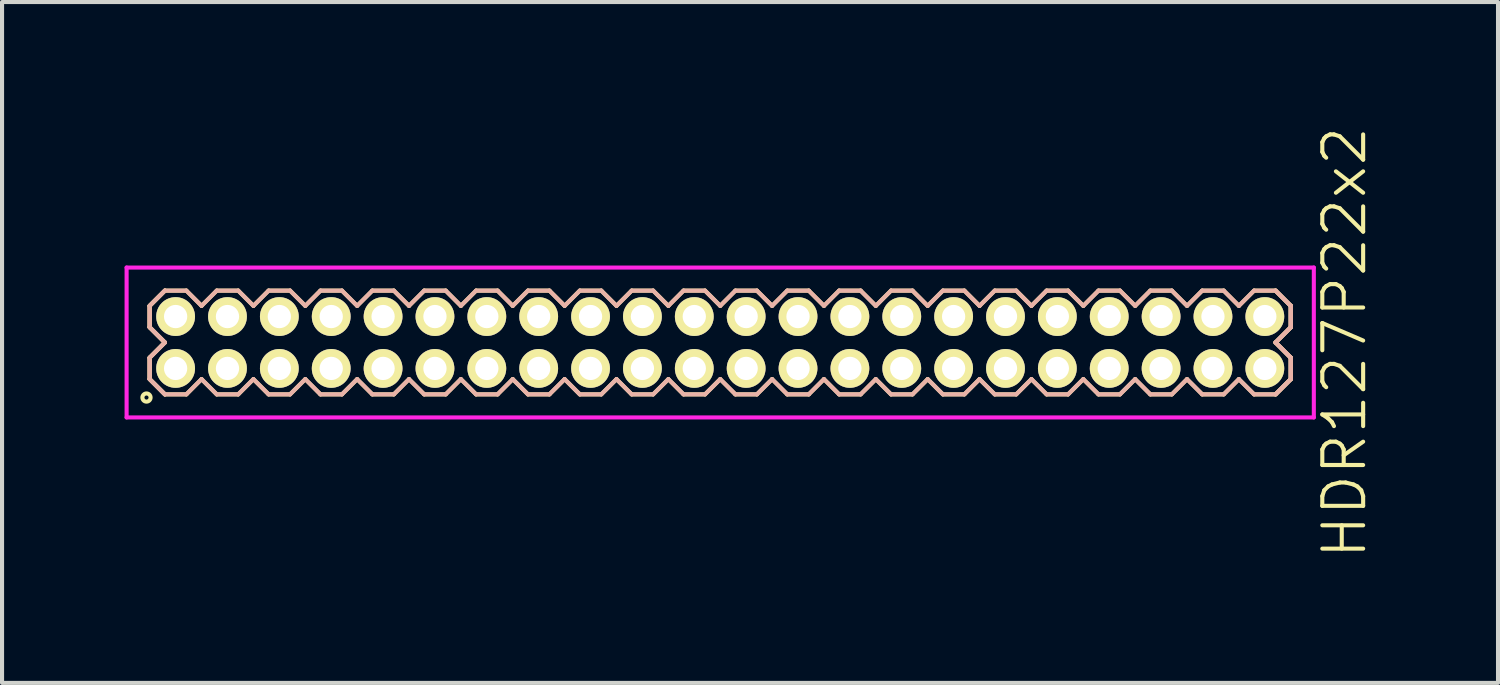
<source format=kicad_pcb>
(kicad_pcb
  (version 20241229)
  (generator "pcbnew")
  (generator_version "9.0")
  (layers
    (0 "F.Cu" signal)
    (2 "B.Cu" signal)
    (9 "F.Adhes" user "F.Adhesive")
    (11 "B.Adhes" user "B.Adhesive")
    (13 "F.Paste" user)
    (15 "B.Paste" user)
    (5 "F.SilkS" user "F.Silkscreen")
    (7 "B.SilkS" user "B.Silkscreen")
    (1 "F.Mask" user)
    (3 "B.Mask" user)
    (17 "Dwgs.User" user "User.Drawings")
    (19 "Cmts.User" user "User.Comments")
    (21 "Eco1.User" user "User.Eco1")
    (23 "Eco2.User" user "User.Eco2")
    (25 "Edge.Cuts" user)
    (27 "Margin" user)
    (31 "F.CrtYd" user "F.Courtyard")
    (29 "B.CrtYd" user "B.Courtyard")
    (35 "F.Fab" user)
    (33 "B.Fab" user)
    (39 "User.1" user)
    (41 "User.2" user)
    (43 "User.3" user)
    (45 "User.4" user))
  (footprint "HDR127P22x2"
    (layer "F.Cu")
    (at 14.585 5.336)
    (property "Reference" "HDR127P22x2" (at 15.285 0 90) (layer "F.SilkS") (effects (font (size 1 1) (thickness 0.1))))
    (attr through_hole)
    (fp_line (start -13.97 -0.898) (end -13.598 -1.27) (stroke (width 0.1) (type solid)) (layer "F.SilkS"))
    (fp_line (start -13.97 -0.898) (end -13.598 -1.27) (stroke (width 0.1) (type solid)) (layer "F.SilkS"))
    (fp_line (start -13.97 -0.372) (end -13.97 -0.898) (stroke (width 0.1) (type solid)) (layer "F.SilkS"))
    (fp_line (start -13.97 -0.372) (end -13.97 -0.898) (stroke (width 0.1) (type solid)) (layer "F.SilkS"))
    (fp_line (start -13.97 0.372) (end -13.598 0) (stroke (width 0.1) (type solid)) (layer "F.SilkS"))
    (fp_line (start -13.97 0.372) (end -13.598 0) (stroke (width 0.1) (type solid)) (layer "F.SilkS"))
    (fp_line (start -13.97 0.898) (end -13.97 0.372) (stroke (width 0.1) (type solid)) (layer "F.SilkS"))
    (fp_line (start -13.97 0.898) (end -13.97 0.372) (stroke (width 0.1) (type solid)) (layer "F.SilkS"))
    (fp_line (start -13.598 -1.27) (end -13.072 -1.27) (stroke (width 0.1) (type solid)) (layer "F.SilkS"))
    (fp_line (start -13.598 0) (end -13.97 -0.372) (stroke (width 0.1) (type solid)) (layer "F.SilkS"))
    (fp_line (start -13.598 0) (end -13.97 -0.372) (stroke (width 0.1) (type solid)) (layer "F.SilkS"))
    (fp_line (start -13.598 1.27) (end -13.97 0.898) (stroke (width 0.1) (type solid)) (layer "F.SilkS"))
    (fp_line (start -13.598 1.27) (end -13.97 0.898) (stroke (width 0.1) (type solid)) (layer "F.SilkS"))
    (fp_line (start -13.072 -1.27) (end -12.7 -0.898) (stroke (width 0.1) (type solid)) (layer "F.SilkS"))
    (fp_line (start -13.072 1.27) (end -13.598 1.27) (stroke (width 0.1) (type solid)) (layer "F.SilkS"))
    (fp_line (start -12.7 -0.898) (end -12.328 -1.27) (stroke (width 0.1) (type solid)) (layer "F.SilkS"))
    (fp_line (start -12.7 0.898) (end -13.072 1.27) (stroke (width 0.1) (type solid)) (layer "F.SilkS"))
    (fp_line (start -12.328 -1.27) (end -11.802 -1.27) (stroke (width 0.1) (type solid)) (layer "F.SilkS"))
    (fp_line (start -12.328 1.27) (end -12.7 0.898) (stroke (width 0.1) (type solid)) (layer "F.SilkS"))
    (fp_line (start -11.802 -1.27) (end -11.43 -0.898) (stroke (width 0.1) (type solid)) (layer "F.SilkS"))
    (fp_line (start -11.802 1.27) (end -12.328 1.27) (stroke (width 0.1) (type solid)) (layer "F.SilkS"))
    (fp_line (start -11.43 -0.898) (end -11.058 -1.27) (stroke (width 0.1) (type solid)) (layer "F.SilkS"))
    (fp_line (start -11.43 0.898) (end -11.802 1.27) (stroke (width 0.1) (type solid)) (layer "F.SilkS"))
    (fp_line (start -11.058 -1.27) (end -10.532 -1.27) (stroke (width 0.1) (type solid)) (layer "F.SilkS"))
    (fp_line (start -11.058 1.27) (end -11.43 0.898) (stroke (width 0.1) (type solid)) (layer "F.SilkS"))
    (fp_line (start -10.532 -1.27) (end -10.16 -0.898) (stroke (width 0.1) (type solid)) (layer "F.SilkS"))
    (fp_line (start -10.532 1.27) (end -11.058 1.27) (stroke (width 0.1) (type solid)) (layer "F.SilkS"))
    (fp_line (start -10.16 -0.898) (end -9.788 -1.27) (stroke (width 0.1) (type solid)) (layer "F.SilkS"))
    (fp_line (start -10.16 0.898) (end -10.532 1.27) (stroke (width 0.1) (type solid)) (layer "F.SilkS"))
    (fp_line (start -9.788 -1.27) (end -9.262 -1.27) (stroke (width 0.1) (type solid)) (layer "F.SilkS"))
    (fp_line (start -9.788 1.27) (end -10.16 0.898) (stroke (width 0.1) (type solid)) (layer "F.SilkS"))
    (fp_line (start -9.262 -1.27) (end -8.89 -0.898) (stroke (width 0.1) (type solid)) (layer "F.SilkS"))
    (fp_line (start -9.262 1.27) (end -9.788 1.27) (stroke (width 0.1) (type solid)) (layer "F.SilkS"))
    (fp_line (start -8.89 -0.898) (end -8.518 -1.27) (stroke (width 0.1) (type solid)) (layer "F.SilkS"))
    (fp_line (start -8.89 0.898) (end -9.262 1.27) (stroke (width 0.1) (type solid)) (layer "F.SilkS"))
    (fp_line (start -8.518 -1.27) (end -7.992 -1.27) (stroke (width 0.1) (type solid)) (layer "F.SilkS"))
    (fp_line (start -8.518 1.27) (end -8.89 0.898) (stroke (width 0.1) (type solid)) (layer "F.SilkS"))
    (fp_line (start -7.992 -1.27) (end -7.62 -0.898) (stroke (width 0.1) (type solid)) (layer "F.SilkS"))
    (fp_line (start -7.992 1.27) (end -8.518 1.27) (stroke (width 0.1) (type solid)) (layer "F.SilkS"))
    (fp_line (start -7.62 -0.898) (end -7.248 -1.27) (stroke (width 0.1) (type solid)) (layer "F.SilkS"))
    (fp_line (start -7.62 0.898) (end -7.992 1.27) (stroke (width 0.1) (type solid)) (layer "F.SilkS"))
    (fp_line (start -7.248 -1.27) (end -6.722 -1.27) (stroke (width 0.1) (type solid)) (layer "F.SilkS"))
    (fp_line (start -7.248 1.27) (end -7.62 0.898) (stroke (width 0.1) (type solid)) (layer "F.SilkS"))
    (fp_line (start -6.722 -1.27) (end -6.35 -0.898) (stroke (width 0.1) (type solid)) (layer "F.SilkS"))
    (fp_line (start -6.722 1.27) (end -7.248 1.27) (stroke (width 0.1) (type solid)) (layer "F.SilkS"))
    (fp_line (start -6.35 -0.898) (end -5.978 -1.27) (stroke (width 0.1) (type solid)) (layer "F.SilkS"))
    (fp_line (start -6.35 0.898) (end -6.722 1.27) (stroke (width 0.1) (type solid)) (layer "F.SilkS"))
    (fp_line (start -5.978 -1.27) (end -5.452 -1.27) (stroke (width 0.1) (type solid)) (layer "F.SilkS"))
    (fp_line (start -5.978 1.27) (end -6.35 0.898) (stroke (width 0.1) (type solid)) (layer "F.SilkS"))
    (fp_line (start -5.452 -1.27) (end -5.08 -0.898) (stroke (width 0.1) (type solid)) (layer "F.SilkS"))
    (fp_line (start -5.452 1.27) (end -5.978 1.27) (stroke (width 0.1) (type solid)) (layer "F.SilkS"))
    (fp_line (start -5.08 -0.898) (end -4.708 -1.27) (stroke (width 0.1) (type solid)) (layer "F.SilkS"))
    (fp_line (start -5.08 0.898) (end -5.452 1.27) (stroke (width 0.1) (type solid)) (layer "F.SilkS"))
    (fp_line (start -4.708 -1.27) (end -4.182 -1.27) (stroke (width 0.1) (type solid)) (layer "F.SilkS"))
    (fp_line (start -4.708 1.27) (end -5.08 0.898) (stroke (width 0.1) (type solid)) (layer "F.SilkS"))
    (fp_line (start -4.182 -1.27) (end -3.81 -0.898) (stroke (width 0.1) (type solid)) (layer "F.SilkS"))
    (fp_line (start -4.182 1.27) (end -4.708 1.27) (stroke (width 0.1) (type solid)) (layer "F.SilkS"))
    (fp_line (start -3.81 -0.898) (end -3.438 -1.27) (stroke (width 0.1) (type solid)) (layer "F.SilkS"))
    (fp_line (start -3.81 0.898) (end -4.182 1.27) (stroke (width 0.1) (type solid)) (layer "F.SilkS"))
    (fp_line (start -3.438 -1.27) (end -2.912 -1.27) (stroke (width 0.1) (type solid)) (layer "F.SilkS"))
    (fp_line (start -3.438 1.27) (end -3.81 0.898) (stroke (width 0.1) (type solid)) (layer "F.SilkS"))
    (fp_line (start -2.912 -1.27) (end -2.54 -0.898) (stroke (width 0.1) (type solid)) (layer "F.SilkS"))
    (fp_line (start -2.912 1.27) (end -3.438 1.27) (stroke (width 0.1) (type solid)) (layer "F.SilkS"))
    (fp_line (start -2.54 -0.898) (end -2.168 -1.27) (stroke (width 0.1) (type solid)) (layer "F.SilkS"))
    (fp_line (start -2.54 0.898) (end -2.912 1.27) (stroke (width 0.1) (type solid)) (layer "F.SilkS"))
    (fp_line (start -2.168 -1.27) (end -1.642 -1.27) (stroke (width 0.1) (type solid)) (layer "F.SilkS"))
    (fp_line (start -2.168 1.27) (end -2.54 0.898) (stroke (width 0.1) (type solid)) (layer "F.SilkS"))
    (fp_line (start -1.642 -1.27) (end -1.27 -0.898) (stroke (width 0.1) (type solid)) (layer "F.SilkS"))
    (fp_line (start -1.642 1.27) (end -2.168 1.27) (stroke (width 0.1) (type solid)) (layer "F.SilkS"))
    (fp_line (start -1.27 -0.898) (end -0.898 -1.27) (stroke (width 0.1) (type solid)) (layer "F.SilkS"))
    (fp_line (start -1.27 0.898) (end -1.642 1.27) (stroke (width 0.1) (type solid)) (layer "F.SilkS"))
    (fp_line (start -0.898 -1.27) (end -0.372 -1.27) (stroke (width 0.1) (type solid)) (layer "F.SilkS"))
    (fp_line (start -0.898 1.27) (end -1.27 0.898) (stroke (width 0.1) (type solid)) (layer "F.SilkS"))
    (fp_line (start -0.372 -1.27) (end 0 -0.898) (stroke (width 0.1) (type solid)) (layer "F.SilkS"))
    (fp_line (start -0.372 1.27) (end -0.898 1.27) (stroke (width 0.1) (type solid)) (layer "F.SilkS"))
    (fp_line (start 0 -0.898) (end 0.372 -1.27) (stroke (width 0.1) (type solid)) (layer "F.SilkS"))
    (fp_line (start 0 0.898) (end -0.372 1.27) (stroke (width 0.1) (type solid)) (layer "F.SilkS"))
    (fp_line (start 0.372 -1.27) (end 0.898 -1.27) (stroke (width 0.1) (type solid)) (layer "F.SilkS"))
    (fp_line (start 0.372 1.27) (end 0 0.898) (stroke (width 0.1) (type solid)) (layer "F.SilkS"))
    (fp_line (start 0.898 -1.27) (end 1.27 -0.898) (stroke (width 0.1) (type solid)) (layer "F.SilkS"))
    (fp_line (start 0.898 1.27) (end 0.372 1.27) (stroke (width 0.1) (type solid)) (layer "F.SilkS"))
    (fp_line (start 1.27 -0.898) (end 1.642 -1.27) (stroke (width 0.1) (type solid)) (layer "F.SilkS"))
    (fp_line (start 1.27 0.898) (end 0.898 1.27) (stroke (width 0.1) (type solid)) (layer "F.SilkS"))
    (fp_line (start 1.642 -1.27) (end 2.168 -1.27) (stroke (width 0.1) (type solid)) (layer "F.SilkS"))
    (fp_line (start 1.642 1.27) (end 1.27 0.898) (stroke (width 0.1) (type solid)) (layer "F.SilkS"))
    (fp_line (start 2.168 -1.27) (end 2.54 -0.898) (stroke (width 0.1) (type solid)) (layer "F.SilkS"))
    (fp_line (start 2.168 1.27) (end 1.642 1.27) (stroke (width 0.1) (type solid)) (layer "F.SilkS"))
    (fp_line (start 2.54 -0.898) (end 2.912 -1.27) (stroke (width 0.1) (type solid)) (layer "F.SilkS"))
    (fp_line (start 2.54 0.898) (end 2.168 1.27) (stroke (width 0.1) (type solid)) (layer "F.SilkS"))
    (fp_line (start 2.912 -1.27) (end 3.438 -1.27) (stroke (width 0.1) (type solid)) (layer "F.SilkS"))
    (fp_line (start 2.912 1.27) (end 2.54 0.898) (stroke (width 0.1) (type solid)) (layer "F.SilkS"))
    (fp_line (start 3.438 -1.27) (end 3.81 -0.898) (stroke (width 0.1) (type solid)) (layer "F.SilkS"))
    (fp_line (start 3.438 1.27) (end 2.912 1.27) (stroke (width 0.1) (type solid)) (layer "F.SilkS"))
    (fp_line (start 3.81 -0.898) (end 4.182 -1.27) (stroke (width 0.1) (type solid)) (layer "F.SilkS"))
    (fp_line (start 3.81 0.898) (end 3.438 1.27) (stroke (width 0.1) (type solid)) (layer "F.SilkS"))
    (fp_line (start 4.182 -1.27) (end 4.708 -1.27) (stroke (width 0.1) (type solid)) (layer "F.SilkS"))
    (fp_line (start 4.182 1.27) (end 3.81 0.898) (stroke (width 0.1) (type solid)) (layer "F.SilkS"))
    (fp_line (start 4.708 -1.27) (end 5.08 -0.898) (stroke (width 0.1) (type solid)) (layer "F.SilkS"))
    (fp_line (start 4.708 1.27) (end 4.182 1.27) (stroke (width 0.1) (type solid)) (layer "F.SilkS"))
    (fp_line (start 5.08 -0.898) (end 5.452 -1.27) (stroke (width 0.1) (type solid)) (layer "F.SilkS"))
    (fp_line (start 5.08 0.898) (end 4.708 1.27) (stroke (width 0.1) (type solid)) (layer "F.SilkS"))
    (fp_line (start 5.452 -1.27) (end 5.978 -1.27) (stroke (width 0.1) (type solid)) (layer "F.SilkS"))
    (fp_line (start 5.452 1.27) (end 5.08 0.898) (stroke (width 0.1) (type solid)) (layer "F.SilkS"))
    (fp_line (start 5.978 -1.27) (end 6.35 -0.898) (stroke (width 0.1) (type solid)) (layer "F.SilkS"))
    (fp_line (start 5.978 1.27) (end 5.452 1.27) (stroke (width 0.1) (type solid)) (layer "F.SilkS"))
    (fp_line (start 6.35 -0.898) (end 6.722 -1.27) (stroke (width 0.1) (type solid)) (layer "F.SilkS"))
    (fp_line (start 6.35 0.898) (end 5.978 1.27) (stroke (width 0.1) (type solid)) (layer "F.SilkS"))
    (fp_line (start 6.722 -1.27) (end 7.248 -1.27) (stroke (width 0.1) (type solid)) (layer "F.SilkS"))
    (fp_line (start 6.722 1.27) (end 6.35 0.898) (stroke (width 0.1) (type solid)) (layer "F.SilkS"))
    (fp_line (start 7.248 -1.27) (end 7.62 -0.898) (stroke (width 0.1) (type solid)) (layer "F.SilkS"))
    (fp_line (start 7.248 1.27) (end 6.722 1.27) (stroke (width 0.1) (type solid)) (layer "F.SilkS"))
    (fp_line (start 7.62 -0.898) (end 7.992 -1.27) (stroke (width 0.1) (type solid)) (layer "F.SilkS"))
    (fp_line (start 7.62 0.898) (end 7.248 1.27) (stroke (width 0.1) (type solid)) (layer "F.SilkS"))
    (fp_line (start 7.992 -1.27) (end 8.518 -1.27) (stroke (width 0.1) (type solid)) (layer "F.SilkS"))
    (fp_line (start 7.992 1.27) (end 7.62 0.898) (stroke (width 0.1) (type solid)) (layer "F.SilkS"))
    (fp_line (start 8.518 -1.27) (end 8.89 -0.898) (stroke (width 0.1) (type solid)) (layer "F.SilkS"))
    (fp_line (start 8.518 1.27) (end 7.992 1.27) (stroke (width 0.1) (type solid)) (layer "F.SilkS"))
    (fp_line (start 8.89 -0.898) (end 9.262 -1.27) (stroke (width 0.1) (type solid)) (layer "F.SilkS"))
    (fp_line (start 8.89 0.898) (end 8.518 1.27) (stroke (width 0.1) (type solid)) (layer "F.SilkS"))
    (fp_line (start 9.262 -1.27) (end 9.788 -1.27) (stroke (width 0.1) (type solid)) (layer "F.SilkS"))
    (fp_line (start 9.262 1.27) (end 8.89 0.898) (stroke (width 0.1) (type solid)) (layer "F.SilkS"))
    (fp_line (start 9.788 -1.27) (end 10.16 -0.898) (stroke (width 0.1) (type solid)) (layer "F.SilkS"))
    (fp_line (start 9.788 1.27) (end 9.262 1.27) (stroke (width 0.1) (type solid)) (layer "F.SilkS"))
    (fp_line (start 10.16 -0.898) (end 10.532 -1.27) (stroke (width 0.1) (type solid)) (layer "F.SilkS"))
    (fp_line (start 10.16 0.898) (end 9.788 1.27) (stroke (width 0.1) (type solid)) (layer "F.SilkS"))
    (fp_line (start 10.532 -1.27) (end 11.058 -1.27) (stroke (width 0.1) (type solid)) (layer "F.SilkS"))
    (fp_line (start 10.532 1.27) (end 10.16 0.898) (stroke (width 0.1) (type solid)) (layer "F.SilkS"))
    (fp_line (start 11.058 -1.27) (end 11.43 -0.898) (stroke (width 0.1) (type solid)) (layer "F.SilkS"))
    (fp_line (start 11.058 1.27) (end 10.532 1.27) (stroke (width 0.1) (type solid)) (layer "F.SilkS"))
    (fp_line (start 11.43 -0.898) (end 11.802 -1.27) (stroke (width 0.1) (type solid)) (layer "F.SilkS"))
    (fp_line (start 11.43 0.898) (end 11.058 1.27) (stroke (width 0.1) (type solid)) (layer "F.SilkS"))
    (fp_line (start 11.802 -1.27) (end 12.328 -1.27) (stroke (width 0.1) (type solid)) (layer "F.SilkS"))
    (fp_line (start 11.802 1.27) (end 11.43 0.898) (stroke (width 0.1) (type solid)) (layer "F.SilkS"))
    (fp_line (start 12.328 -1.27) (end 12.7 -0.898) (stroke (width 0.1) (type solid)) (layer "F.SilkS"))
    (fp_line (start 12.328 1.27) (end 11.802 1.27) (stroke (width 0.1) (type solid)) (layer "F.SilkS"))
    (fp_line (start 12.7 -0.898) (end 13.072 -1.27) (stroke (width 0.1) (type solid)) (layer "F.SilkS"))
    (fp_line (start 12.7 0.898) (end 12.328 1.27) (stroke (width 0.1) (type solid)) (layer "F.SilkS"))
    (fp_line (start 13.072 -1.27) (end 13.598 -1.27) (stroke (width 0.1) (type solid)) (layer "F.SilkS"))
    (fp_line (start 13.072 1.27) (end 12.7 0.898) (stroke (width 0.1) (type solid)) (layer "F.SilkS"))
    (fp_line (start 13.598 -1.27) (end 13.97 -0.898) (stroke (width 0.1) (type solid)) (layer "F.SilkS"))
    (fp_line (start 13.598 -1.27) (end 13.97 -0.898) (stroke (width 0.1) (type solid)) (layer "F.SilkS"))
    (fp_line (start 13.598 0) (end 13.97 0.372) (stroke (width 0.1) (type solid)) (layer "F.SilkS"))
    (fp_line (start 13.598 0) (end 13.97 0.372) (stroke (width 0.1) (type solid)) (layer "F.SilkS"))
    (fp_line (start 13.598 1.27) (end 13.072 1.27) (stroke (width 0.1) (type solid)) (layer "F.SilkS"))
    (fp_line (start 13.97 -0.898) (end 13.97 -0.372) (stroke (width 0.1) (type solid)) (layer "F.SilkS"))
    (fp_line (start 13.97 -0.898) (end 13.97 -0.372) (stroke (width 0.1) (type solid)) (layer "F.SilkS"))
    (fp_line (start 13.97 -0.372) (end 13.598 0) (stroke (width 0.1) (type solid)) (layer "F.SilkS"))
    (fp_line (start 13.97 -0.372) (end 13.598 0) (stroke (width 0.1) (type solid)) (layer "F.SilkS"))
    (fp_line (start 13.97 0.372) (end 13.97 0.898) (stroke (width 0.1) (type solid)) (layer "F.SilkS"))
    (fp_line (start 13.97 0.372) (end 13.97 0.898) (stroke (width 0.1) (type solid)) (layer "F.SilkS"))
    (fp_line (start 13.97 0.898) (end 13.598 1.27) (stroke (width 0.1) (type solid)) (layer "F.SilkS"))
    (fp_line (start 13.97 0.898) (end 13.598 1.27) (stroke (width 0.1) (type solid)) (layer "F.SilkS"))
    (fp_circle (center -14.048 1.348) (end -13.948 1.348) (stroke (width 0.1) (type solid)) (fill no) (layer "F.SilkS"))
    (fp_line (start -13.97 -0.898) (end -13.598 -1.27) (stroke (width 0.1) (type solid)) (layer "B.SilkS"))
    (fp_line (start -13.97 -0.898) (end -13.598 -1.27) (stroke (width 0.1) (type solid)) (layer "B.SilkS"))
    (fp_line (start -13.97 -0.372) (end -13.97 -0.898) (stroke (width 0.1) (type solid)) (layer "B.SilkS"))
    (fp_line (start -13.97 -0.372) (end -13.97 -0.898) (stroke (width 0.1) (type solid)) (layer "B.SilkS"))
    (fp_line (start -13.97 0.372) (end -13.598 0) (stroke (width 0.1) (type solid)) (layer "B.SilkS"))
    (fp_line (start -13.97 0.372) (end -13.598 0) (stroke (width 0.1) (type solid)) (layer "B.SilkS"))
    (fp_line (start -13.97 0.898) (end -13.97 0.372) (stroke (width 0.1) (type solid)) (layer "B.SilkS"))
    (fp_line (start -13.97 0.898) (end -13.97 0.372) (stroke (width 0.1) (type solid)) (layer "B.SilkS"))
    (fp_line (start -13.598 -1.27) (end -13.072 -1.27) (stroke (width 0.1) (type solid)) (layer "B.SilkS"))
    (fp_line (start -13.598 0) (end -13.97 -0.372) (stroke (width 0.1) (type solid)) (layer "B.SilkS"))
    (fp_line (start -13.598 0) (end -13.97 -0.372) (stroke (width 0.1) (type solid)) (layer "B.SilkS"))
    (fp_line (start -13.598 1.27) (end -13.97 0.898) (stroke (width 0.1) (type solid)) (layer "B.SilkS"))
    (fp_line (start -13.598 1.27) (end -13.97 0.898) (stroke (width 0.1) (type solid)) (layer "B.SilkS"))
    (fp_line (start -13.072 -1.27) (end -12.7 -0.898) (stroke (width 0.1) (type solid)) (layer "B.SilkS"))
    (fp_line (start -13.072 1.27) (end -13.598 1.27) (stroke (width 0.1) (type solid)) (layer "B.SilkS"))
    (fp_line (start -12.7 -0.898) (end -12.328 -1.27) (stroke (width 0.1) (type solid)) (layer "B.SilkS"))
    (fp_line (start -12.7 0.898) (end -13.072 1.27) (stroke (width 0.1) (type solid)) (layer "B.SilkS"))
    (fp_line (start -12.328 -1.27) (end -11.802 -1.27) (stroke (width 0.1) (type solid)) (layer "B.SilkS"))
    (fp_line (start -12.328 1.27) (end -12.7 0.898) (stroke (width 0.1) (type solid)) (layer "B.SilkS"))
    (fp_line (start -11.802 -1.27) (end -11.43 -0.898) (stroke (width 0.1) (type solid)) (layer "B.SilkS"))
    (fp_line (start -11.802 1.27) (end -12.328 1.27) (stroke (width 0.1) (type solid)) (layer "B.SilkS"))
    (fp_line (start -11.43 -0.898) (end -11.058 -1.27) (stroke (width 0.1) (type solid)) (layer "B.SilkS"))
    (fp_line (start -11.43 0.898) (end -11.802 1.27) (stroke (width 0.1) (type solid)) (layer "B.SilkS"))
    (fp_line (start -11.058 -1.27) (end -10.532 -1.27) (stroke (width 0.1) (type solid)) (layer "B.SilkS"))
    (fp_line (start -11.058 1.27) (end -11.43 0.898) (stroke (width 0.1) (type solid)) (layer "B.SilkS"))
    (fp_line (start -10.532 -1.27) (end -10.16 -0.898) (stroke (width 0.1) (type solid)) (layer "B.SilkS"))
    (fp_line (start -10.532 1.27) (end -11.058 1.27) (stroke (width 0.1) (type solid)) (layer "B.SilkS"))
    (fp_line (start -10.16 -0.898) (end -9.788 -1.27) (stroke (width 0.1) (type solid)) (layer "B.SilkS"))
    (fp_line (start -10.16 0.898) (end -10.532 1.27) (stroke (width 0.1) (type solid)) (layer "B.SilkS"))
    (fp_line (start -9.788 -1.27) (end -9.262 -1.27) (stroke (width 0.1) (type solid)) (layer "B.SilkS"))
    (fp_line (start -9.788 1.27) (end -10.16 0.898) (stroke (width 0.1) (type solid)) (layer "B.SilkS"))
    (fp_line (start -9.262 -1.27) (end -8.89 -0.898) (stroke (width 0.1) (type solid)) (layer "B.SilkS"))
    (fp_line (start -9.262 1.27) (end -9.788 1.27) (stroke (width 0.1) (type solid)) (layer "B.SilkS"))
    (fp_line (start -8.89 -0.898) (end -8.518 -1.27) (stroke (width 0.1) (type solid)) (layer "B.SilkS"))
    (fp_line (start -8.89 0.898) (end -9.262 1.27) (stroke (width 0.1) (type solid)) (layer "B.SilkS"))
    (fp_line (start -8.518 -1.27) (end -7.992 -1.27) (stroke (width 0.1) (type solid)) (layer "B.SilkS"))
    (fp_line (start -8.518 1.27) (end -8.89 0.898) (stroke (width 0.1) (type solid)) (layer "B.SilkS"))
    (fp_line (start -7.992 -1.27) (end -7.62 -0.898) (stroke (width 0.1) (type solid)) (layer "B.SilkS"))
    (fp_line (start -7.992 1.27) (end -8.518 1.27) (stroke (width 0.1) (type solid)) (layer "B.SilkS"))
    (fp_line (start -7.62 -0.898) (end -7.248 -1.27) (stroke (width 0.1) (type solid)) (layer "B.SilkS"))
    (fp_line (start -7.62 0.898) (end -7.992 1.27) (stroke (width 0.1) (type solid)) (layer "B.SilkS"))
    (fp_line (start -7.248 -1.27) (end -6.722 -1.27) (stroke (width 0.1) (type solid)) (layer "B.SilkS"))
    (fp_line (start -7.248 1.27) (end -7.62 0.898) (stroke (width 0.1) (type solid)) (layer "B.SilkS"))
    (fp_line (start -6.722 -1.27) (end -6.35 -0.898) (stroke (width 0.1) (type solid)) (layer "B.SilkS"))
    (fp_line (start -6.722 1.27) (end -7.248 1.27) (stroke (width 0.1) (type solid)) (layer "B.SilkS"))
    (fp_line (start -6.35 -0.898) (end -5.978 -1.27) (stroke (width 0.1) (type solid)) (layer "B.SilkS"))
    (fp_line (start -6.35 0.898) (end -6.722 1.27) (stroke (width 0.1) (type solid)) (layer "B.SilkS"))
    (fp_line (start -5.978 -1.27) (end -5.452 -1.27) (stroke (width 0.1) (type solid)) (layer "B.SilkS"))
    (fp_line (start -5.978 1.27) (end -6.35 0.898) (stroke (width 0.1) (type solid)) (layer "B.SilkS"))
    (fp_line (start -5.452 -1.27) (end -5.08 -0.898) (stroke (width 0.1) (type solid)) (layer "B.SilkS"))
    (fp_line (start -5.452 1.27) (end -5.978 1.27) (stroke (width 0.1) (type solid)) (layer "B.SilkS"))
    (fp_line (start -5.08 -0.898) (end -4.708 -1.27) (stroke (width 0.1) (type solid)) (layer "B.SilkS"))
    (fp_line (start -5.08 0.898) (end -5.452 1.27) (stroke (width 0.1) (type solid)) (layer "B.SilkS"))
    (fp_line (start -4.708 -1.27) (end -4.182 -1.27) (stroke (width 0.1) (type solid)) (layer "B.SilkS"))
    (fp_line (start -4.708 1.27) (end -5.08 0.898) (stroke (width 0.1) (type solid)) (layer "B.SilkS"))
    (fp_line (start -4.182 -1.27) (end -3.81 -0.898) (stroke (width 0.1) (type solid)) (layer "B.SilkS"))
    (fp_line (start -4.182 1.27) (end -4.708 1.27) (stroke (width 0.1) (type solid)) (layer "B.SilkS"))
    (fp_line (start -3.81 -0.898) (end -3.438 -1.27) (stroke (width 0.1) (type solid)) (layer "B.SilkS"))
    (fp_line (start -3.81 0.898) (end -4.182 1.27) (stroke (width 0.1) (type solid)) (layer "B.SilkS"))
    (fp_line (start -3.438 -1.27) (end -2.912 -1.27) (stroke (width 0.1) (type solid)) (layer "B.SilkS"))
    (fp_line (start -3.438 1.27) (end -3.81 0.898) (stroke (width 0.1) (type solid)) (layer "B.SilkS"))
    (fp_line (start -2.912 -1.27) (end -2.54 -0.898) (stroke (width 0.1) (type solid)) (layer "B.SilkS"))
    (fp_line (start -2.912 1.27) (end -3.438 1.27) (stroke (width 0.1) (type solid)) (layer "B.SilkS"))
    (fp_line (start -2.54 -0.898) (end -2.168 -1.27) (stroke (width 0.1) (type solid)) (layer "B.SilkS"))
    (fp_line (start -2.54 0.898) (end -2.912 1.27) (stroke (width 0.1) (type solid)) (layer "B.SilkS"))
    (fp_line (start -2.168 -1.27) (end -1.642 -1.27) (stroke (width 0.1) (type solid)) (layer "B.SilkS"))
    (fp_line (start -2.168 1.27) (end -2.54 0.898) (stroke (width 0.1) (type solid)) (layer "B.SilkS"))
    (fp_line (start -1.642 -1.27) (end -1.27 -0.898) (stroke (width 0.1) (type solid)) (layer "B.SilkS"))
    (fp_line (start -1.642 1.27) (end -2.168 1.27) (stroke (width 0.1) (type solid)) (layer "B.SilkS"))
    (fp_line (start -1.27 -0.898) (end -0.898 -1.27) (stroke (width 0.1) (type solid)) (layer "B.SilkS"))
    (fp_line (start -1.27 0.898) (end -1.642 1.27) (stroke (width 0.1) (type solid)) (layer "B.SilkS"))
    (fp_line (start -0.898 -1.27) (end -0.372 -1.27) (stroke (width 0.1) (type solid)) (layer "B.SilkS"))
    (fp_line (start -0.898 1.27) (end -1.27 0.898) (stroke (width 0.1) (type solid)) (layer "B.SilkS"))
    (fp_line (start -0.372 -1.27) (end 0 -0.898) (stroke (width 0.1) (type solid)) (layer "B.SilkS"))
    (fp_line (start -0.372 1.27) (end -0.898 1.27) (stroke (width 0.1) (type solid)) (layer "B.SilkS"))
    (fp_line (start 0 -0.898) (end 0.372 -1.27) (stroke (width 0.1) (type solid)) (layer "B.SilkS"))
    (fp_line (start 0 0.898) (end -0.372 1.27) (stroke (width 0.1) (type solid)) (layer "B.SilkS"))
    (fp_line (start 0.372 -1.27) (end 0.898 -1.27) (stroke (width 0.1) (type solid)) (layer "B.SilkS"))
    (fp_line (start 0.372 1.27) (end 0 0.898) (stroke (width 0.1) (type solid)) (layer "B.SilkS"))
    (fp_line (start 0.898 -1.27) (end 1.27 -0.898) (stroke (width 0.1) (type solid)) (layer "B.SilkS"))
    (fp_line (start 0.898 1.27) (end 0.372 1.27) (stroke (width 0.1) (type solid)) (layer "B.SilkS"))
    (fp_line (start 1.27 -0.898) (end 1.642 -1.27) (stroke (width 0.1) (type solid)) (layer "B.SilkS"))
    (fp_line (start 1.27 0.898) (end 0.898 1.27) (stroke (width 0.1) (type solid)) (layer "B.SilkS"))
    (fp_line (start 1.642 -1.27) (end 2.168 -1.27) (stroke (width 0.1) (type solid)) (layer "B.SilkS"))
    (fp_line (start 1.642 1.27) (end 1.27 0.898) (stroke (width 0.1) (type solid)) (layer "B.SilkS"))
    (fp_line (start 2.168 -1.27) (end 2.54 -0.898) (stroke (width 0.1) (type solid)) (layer "B.SilkS"))
    (fp_line (start 2.168 1.27) (end 1.642 1.27) (stroke (width 0.1) (type solid)) (layer "B.SilkS"))
    (fp_line (start 2.54 -0.898) (end 2.912 -1.27) (stroke (width 0.1) (type solid)) (layer "B.SilkS"))
    (fp_line (start 2.54 0.898) (end 2.168 1.27) (stroke (width 0.1) (type solid)) (layer "B.SilkS"))
    (fp_line (start 2.912 -1.27) (end 3.438 -1.27) (stroke (width 0.1) (type solid)) (layer "B.SilkS"))
    (fp_line (start 2.912 1.27) (end 2.54 0.898) (stroke (width 0.1) (type solid)) (layer "B.SilkS"))
    (fp_line (start 3.438 -1.27) (end 3.81 -0.898) (stroke (width 0.1) (type solid)) (layer "B.SilkS"))
    (fp_line (start 3.438 1.27) (end 2.912 1.27) (stroke (width 0.1) (type solid)) (layer "B.SilkS"))
    (fp_line (start 3.81 -0.898) (end 4.182 -1.27) (stroke (width 0.1) (type solid)) (layer "B.SilkS"))
    (fp_line (start 3.81 0.898) (end 3.438 1.27) (stroke (width 0.1) (type solid)) (layer "B.SilkS"))
    (fp_line (start 4.182 -1.27) (end 4.708 -1.27) (stroke (width 0.1) (type solid)) (layer "B.SilkS"))
    (fp_line (start 4.182 1.27) (end 3.81 0.898) (stroke (width 0.1) (type solid)) (layer "B.SilkS"))
    (fp_line (start 4.708 -1.27) (end 5.08 -0.898) (stroke (width 0.1) (type solid)) (layer "B.SilkS"))
    (fp_line (start 4.708 1.27) (end 4.182 1.27) (stroke (width 0.1) (type solid)) (layer "B.SilkS"))
    (fp_line (start 5.08 -0.898) (end 5.452 -1.27) (stroke (width 0.1) (type solid)) (layer "B.SilkS"))
    (fp_line (start 5.08 0.898) (end 4.708 1.27) (stroke (width 0.1) (type solid)) (layer "B.SilkS"))
    (fp_line (start 5.452 -1.27) (end 5.978 -1.27) (stroke (width 0.1) (type solid)) (layer "B.SilkS"))
    (fp_line (start 5.452 1.27) (end 5.08 0.898) (stroke (width 0.1) (type solid)) (layer "B.SilkS"))
    (fp_line (start 5.978 -1.27) (end 6.35 -0.898) (stroke (width 0.1) (type solid)) (layer "B.SilkS"))
    (fp_line (start 5.978 1.27) (end 5.452 1.27) (stroke (width 0.1) (type solid)) (layer "B.SilkS"))
    (fp_line (start 6.35 -0.898) (end 6.722 -1.27) (stroke (width 0.1) (type solid)) (layer "B.SilkS"))
    (fp_line (start 6.35 0.898) (end 5.978 1.27) (stroke (width 0.1) (type solid)) (layer "B.SilkS"))
    (fp_line (start 6.722 -1.27) (end 7.248 -1.27) (stroke (width 0.1) (type solid)) (layer "B.SilkS"))
    (fp_line (start 6.722 1.27) (end 6.35 0.898) (stroke (width 0.1) (type solid)) (layer "B.SilkS"))
    (fp_line (start 7.248 -1.27) (end 7.62 -0.898) (stroke (width 0.1) (type solid)) (layer "B.SilkS"))
    (fp_line (start 7.248 1.27) (end 6.722 1.27) (stroke (width 0.1) (type solid)) (layer "B.SilkS"))
    (fp_line (start 7.62 -0.898) (end 7.992 -1.27) (stroke (width 0.1) (type solid)) (layer "B.SilkS"))
    (fp_line (start 7.62 0.898) (end 7.248 1.27) (stroke (width 0.1) (type solid)) (layer "B.SilkS"))
    (fp_line (start 7.992 -1.27) (end 8.518 -1.27) (stroke (width 0.1) (type solid)) (layer "B.SilkS"))
    (fp_line (start 7.992 1.27) (end 7.62 0.898) (stroke (width 0.1) (type solid)) (layer "B.SilkS"))
    (fp_line (start 8.518 -1.27) (end 8.89 -0.898) (stroke (width 0.1) (type solid)) (layer "B.SilkS"))
    (fp_line (start 8.518 1.27) (end 7.992 1.27) (stroke (width 0.1) (type solid)) (layer "B.SilkS"))
    (fp_line (start 8.89 -0.898) (end 9.262 -1.27) (stroke (width 0.1) (type solid)) (layer "B.SilkS"))
    (fp_line (start 8.89 0.898) (end 8.518 1.27) (stroke (width 0.1) (type solid)) (layer "B.SilkS"))
    (fp_line (start 9.262 -1.27) (end 9.788 -1.27) (stroke (width 0.1) (type solid)) (layer "B.SilkS"))
    (fp_line (start 9.262 1.27) (end 8.89 0.898) (stroke (width 0.1) (type solid)) (layer "B.SilkS"))
    (fp_line (start 9.788 -1.27) (end 10.16 -0.898) (stroke (width 0.1) (type solid)) (layer "B.SilkS"))
    (fp_line (start 9.788 1.27) (end 9.262 1.27) (stroke (width 0.1) (type solid)) (layer "B.SilkS"))
    (fp_line (start 10.16 -0.898) (end 10.532 -1.27) (stroke (width 0.1) (type solid)) (layer "B.SilkS"))
    (fp_line (start 10.16 0.898) (end 9.788 1.27) (stroke (width 0.1) (type solid)) (layer "B.SilkS"))
    (fp_line (start 10.532 -1.27) (end 11.058 -1.27) (stroke (width 0.1) (type solid)) (layer "B.SilkS"))
    (fp_line (start 10.532 1.27) (end 10.16 0.898) (stroke (width 0.1) (type solid)) (layer "B.SilkS"))
    (fp_line (start 11.058 -1.27) (end 11.43 -0.898) (stroke (width 0.1) (type solid)) (layer "B.SilkS"))
    (fp_line (start 11.058 1.27) (end 10.532 1.27) (stroke (width 0.1) (type solid)) (layer "B.SilkS"))
    (fp_line (start 11.43 -0.898) (end 11.802 -1.27) (stroke (width 0.1) (type solid)) (layer "B.SilkS"))
    (fp_line (start 11.43 0.898) (end 11.058 1.27) (stroke (width 0.1) (type solid)) (layer "B.SilkS"))
    (fp_line (start 11.802 -1.27) (end 12.328 -1.27) (stroke (width 0.1) (type solid)) (layer "B.SilkS"))
    (fp_line (start 11.802 1.27) (end 11.43 0.898) (stroke (width 0.1) (type solid)) (layer "B.SilkS"))
    (fp_line (start 12.328 -1.27) (end 12.7 -0.898) (stroke (width 0.1) (type solid)) (layer "B.SilkS"))
    (fp_line (start 12.328 1.27) (end 11.802 1.27) (stroke (width 0.1) (type solid)) (layer "B.SilkS"))
    (fp_line (start 12.7 -0.898) (end 13.072 -1.27) (stroke (width 0.1) (type solid)) (layer "B.SilkS"))
    (fp_line (start 12.7 0.898) (end 12.328 1.27) (stroke (width 0.1) (type solid)) (layer "B.SilkS"))
    (fp_line (start 13.072 -1.27) (end 13.598 -1.27) (stroke (width 0.1) (type solid)) (layer "B.SilkS"))
    (fp_line (start 13.072 1.27) (end 12.7 0.898) (stroke (width 0.1) (type solid)) (layer "B.SilkS"))
    (fp_line (start 13.598 -1.27) (end 13.97 -0.898) (stroke (width 0.1) (type solid)) (layer "B.SilkS"))
    (fp_line (start 13.598 -1.27) (end 13.97 -0.898) (stroke (width 0.1) (type solid)) (layer "B.SilkS"))
    (fp_line (start 13.598 0) (end 13.97 0.372) (stroke (width 0.1) (type solid)) (layer "B.SilkS"))
    (fp_line (start 13.598 0) (end 13.97 0.372) (stroke (width 0.1) (type solid)) (layer "B.SilkS"))
    (fp_line (start 13.598 1.27) (end 13.072 1.27) (stroke (width 0.1) (type solid)) (layer "B.SilkS"))
    (fp_line (start 13.97 -0.898) (end 13.97 -0.372) (stroke (width 0.1) (type solid)) (layer "B.SilkS"))
    (fp_line (start 13.97 -0.898) (end 13.97 -0.372) (stroke (width 0.1) (type solid)) (layer "B.SilkS"))
    (fp_line (start 13.97 -0.372) (end 13.598 0) (stroke (width 0.1) (type solid)) (layer "B.SilkS"))
    (fp_line (start 13.97 -0.372) (end 13.598 0) (stroke (width 0.1) (type solid)) (layer "B.SilkS"))
    (fp_line (start 13.97 0.372) (end 13.97 0.898) (stroke (width 0.1) (type solid)) (layer "B.SilkS"))
    (fp_line (start 13.97 0.372) (end 13.97 0.898) (stroke (width 0.1) (type solid)) (layer "B.SilkS"))
    (fp_line (start 13.97 0.898) (end 13.598 1.27) (stroke (width 0.1) (type solid)) (layer "B.SilkS"))
    (fp_line (start 13.97 0.898) (end 13.598 1.27) (stroke (width 0.1) (type solid)) (layer "B.SilkS"))
    (fp_line (start -14.535 -1.835) (end -14.535 1.835) (stroke (width 0.1) (type solid)) (layer "F.CrtYd"))
    (fp_line (start -14.535 1.835) (end 14.535 1.835) (stroke (width 0.1) (type solid)) (layer "F.CrtYd"))
    (fp_line (start 14.535 -1.835) (end -14.535 -1.835) (stroke (width 0.1) (type solid)) (layer "F.CrtYd"))
    (fp_line (start 14.535 1.835) (end 14.535 -1.835) (stroke (width 0.1) (type solid)) (layer "F.CrtYd"))
    (pad "1" thru_hole oval (at -13.335 0.635) (size 0.95 0.95) (drill 0.57) (layers "*.Cu" "*.Mask" "F.SilkS"))
    (pad "2" thru_hole oval (at -13.335 -0.635) (size 0.95 0.95) (drill 0.57) (layers "*.Cu" "*.Mask" "F.SilkS"))
    (pad "3" thru_hole oval (at -12.065 0.635) (size 0.95 0.95) (drill 0.57) (layers "*.Cu" "*.Mask" "F.SilkS"))
    (pad "4" thru_hole oval (at -12.065 -0.635) (size 0.95 0.95) (drill 0.57) (layers "*.Cu" "*.Mask" "F.SilkS"))
    (pad "5" thru_hole oval (at -10.795 0.635) (size 0.95 0.95) (drill 0.57) (layers "*.Cu" "*.Mask" "F.SilkS"))
    (pad "6" thru_hole oval (at -10.795 -0.635) (size 0.95 0.95) (drill 0.57) (layers "*.Cu" "*.Mask" "F.SilkS"))
    (pad "7" thru_hole oval (at -9.525 0.635) (size 0.95 0.95) (drill 0.57) (layers "*.Cu" "*.Mask" "F.SilkS"))
    (pad "8" thru_hole oval (at -9.525 -0.635) (size 0.95 0.95) (drill 0.57) (layers "*.Cu" "*.Mask" "F.SilkS"))
    (pad "9" thru_hole oval (at -8.255 0.635) (size 0.95 0.95) (drill 0.57) (layers "*.Cu" "*.Mask" "F.SilkS"))
    (pad "10" thru_hole oval (at -8.255 -0.635) (size 0.95 0.95) (drill 0.57) (layers "*.Cu" "*.Mask" "F.SilkS"))
    (pad "11" thru_hole oval (at -6.985 0.635) (size 0.95 0.95) (drill 0.57) (layers "*.Cu" "*.Mask" "F.SilkS"))
    (pad "12" thru_hole oval (at -6.985 -0.635) (size 0.95 0.95) (drill 0.57) (layers "*.Cu" "*.Mask" "F.SilkS"))
    (pad "13" thru_hole oval (at -5.715 0.635) (size 0.95 0.95) (drill 0.57) (layers "*.Cu" "*.Mask" "F.SilkS"))
    (pad "14" thru_hole oval (at -5.715 -0.635) (size 0.95 0.95) (drill 0.57) (layers "*.Cu" "*.Mask" "F.SilkS"))
    (pad "15" thru_hole oval (at -4.445 0.635) (size 0.95 0.95) (drill 0.57) (layers "*.Cu" "*.Mask" "F.SilkS"))
    (pad "16" thru_hole oval (at -4.445 -0.635) (size 0.95 0.95) (drill 0.57) (layers "*.Cu" "*.Mask" "F.SilkS"))
    (pad "17" thru_hole oval (at -3.175 0.635) (size 0.95 0.95) (drill 0.57) (layers "*.Cu" "*.Mask" "F.SilkS"))
    (pad "18" thru_hole oval (at -3.175 -0.635) (size 0.95 0.95) (drill 0.57) (layers "*.Cu" "*.Mask" "F.SilkS"))
    (pad "19" thru_hole oval (at -1.905 0.635) (size 0.95 0.95) (drill 0.57) (layers "*.Cu" "*.Mask" "F.SilkS"))
    (pad "20" thru_hole oval (at -1.905 -0.635) (size 0.95 0.95) (drill 0.57) (layers "*.Cu" "*.Mask" "F.SilkS"))
    (pad "21" thru_hole oval (at -0.635 0.635) (size 0.95 0.95) (drill 0.57) (layers "*.Cu" "*.Mask" "F.SilkS"))
    (pad "22" thru_hole oval (at -0.635 -0.635) (size 0.95 0.95) (drill 0.57) (layers "*.Cu" "*.Mask" "F.SilkS"))
    (pad "23" thru_hole oval (at 0.635 0.635) (size 0.95 0.95) (drill 0.57) (layers "*.Cu" "*.Mask" "F.SilkS"))
    (pad "24" thru_hole oval (at 0.635 -0.635) (size 0.95 0.95) (drill 0.57) (layers "*.Cu" "*.Mask" "F.SilkS"))
    (pad "25" thru_hole oval (at 1.905 0.635) (size 0.95 0.95) (drill 0.57) (layers "*.Cu" "*.Mask" "F.SilkS"))
    (pad "26" thru_hole oval (at 1.905 -0.635) (size 0.95 0.95) (drill 0.57) (layers "*.Cu" "*.Mask" "F.SilkS"))
    (pad "27" thru_hole oval (at 3.175 0.635) (size 0.95 0.95) (drill 0.57) (layers "*.Cu" "*.Mask" "F.SilkS"))
    (pad "28" thru_hole oval (at 3.175 -0.635) (size 0.95 0.95) (drill 0.57) (layers "*.Cu" "*.Mask" "F.SilkS"))
    (pad "29" thru_hole oval (at 4.445 0.635) (size 0.95 0.95) (drill 0.57) (layers "*.Cu" "*.Mask" "F.SilkS"))
    (pad "30" thru_hole oval (at 4.445 -0.635) (size 0.95 0.95) (drill 0.57) (layers "*.Cu" "*.Mask" "F.SilkS"))
    (pad "31" thru_hole oval (at 5.715 0.635) (size 0.95 0.95) (drill 0.57) (layers "*.Cu" "*.Mask" "F.SilkS"))
    (pad "32" thru_hole oval (at 5.715 -0.635) (size 0.95 0.95) (drill 0.57) (layers "*.Cu" "*.Mask" "F.SilkS"))
    (pad "33" thru_hole oval (at 6.985 0.635) (size 0.95 0.95) (drill 0.57) (layers "*.Cu" "*.Mask" "F.SilkS"))
    (pad "34" thru_hole oval (at 6.985 -0.635) (size 0.95 0.95) (drill 0.57) (layers "*.Cu" "*.Mask" "F.SilkS"))
    (pad "35" thru_hole oval (at 8.255 0.635) (size 0.95 0.95) (drill 0.57) (layers "*.Cu" "*.Mask" "F.SilkS"))
    (pad "36" thru_hole oval (at 8.255 -0.635) (size 0.95 0.95) (drill 0.57) (layers "*.Cu" "*.Mask" "F.SilkS"))
    (pad "37" thru_hole oval (at 9.525 0.635) (size 0.95 0.95) (drill 0.57) (layers "*.Cu" "*.Mask" "F.SilkS"))
    (pad "38" thru_hole oval (at 9.525 -0.635) (size 0.95 0.95) (drill 0.57) (layers "*.Cu" "*.Mask" "F.SilkS"))
    (pad "39" thru_hole oval (at 10.795 0.635) (size 0.95 0.95) (drill 0.57) (layers "*.Cu" "*.Mask" "F.SilkS"))
    (pad "40" thru_hole oval (at 10.795 -0.635) (size 0.95 0.95) (drill 0.57) (layers "*.Cu" "*.Mask" "F.SilkS"))
    (pad "41" thru_hole oval (at 12.065 0.635) (size 0.95 0.95) (drill 0.57) (layers "*.Cu" "*.Mask" "F.SilkS"))
    (pad "42" thru_hole oval (at 12.065 -0.635) (size 0.95 0.95) (drill 0.57) (layers "*.Cu" "*.Mask" "F.SilkS"))
    (pad "43" thru_hole oval (at 13.335 0.635) (size 0.95 0.95) (drill 0.57) (layers "*.Cu" "*.Mask" "F.SilkS"))
    (pad "44" thru_hole oval (at 13.335 -0.635) (size 0.95 0.95) (drill 0.57) (layers "*.Cu" "*.Mask" "F.SilkS")))
  (gr_rect
    (start -3 -3)
    (end 33.63 13.671)
    (stroke (width 0.1) (type default))
    (fill no)
    (layer "Edge.Cuts")))
</source>
